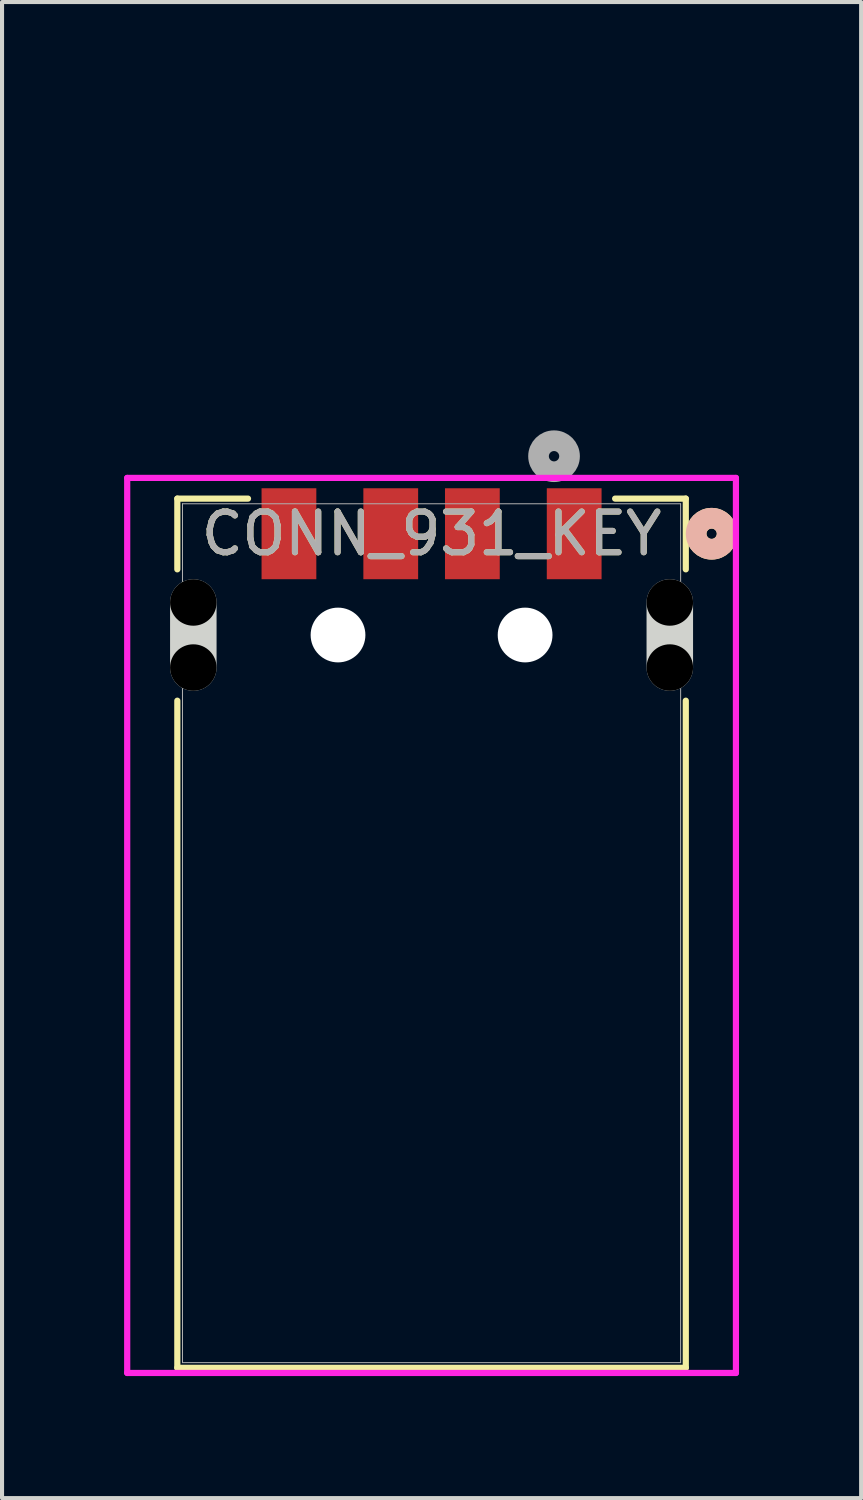
<source format=kicad_pcb>
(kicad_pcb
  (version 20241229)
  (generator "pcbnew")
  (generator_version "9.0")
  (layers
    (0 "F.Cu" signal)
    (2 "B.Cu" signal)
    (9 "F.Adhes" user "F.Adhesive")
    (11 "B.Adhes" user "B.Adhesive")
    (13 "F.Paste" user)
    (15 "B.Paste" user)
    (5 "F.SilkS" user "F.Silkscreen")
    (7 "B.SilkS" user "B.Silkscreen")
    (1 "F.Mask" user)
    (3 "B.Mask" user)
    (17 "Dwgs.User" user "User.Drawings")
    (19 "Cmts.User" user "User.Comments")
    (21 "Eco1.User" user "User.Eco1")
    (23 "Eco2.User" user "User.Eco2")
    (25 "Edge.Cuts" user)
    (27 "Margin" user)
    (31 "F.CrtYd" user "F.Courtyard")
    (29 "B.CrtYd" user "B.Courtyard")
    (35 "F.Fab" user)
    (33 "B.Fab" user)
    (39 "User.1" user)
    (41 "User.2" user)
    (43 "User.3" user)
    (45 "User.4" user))
  (footprint "CONN_931_KEY"
    (layer "F.Cu")
    (at 7.556 0.25)
    (property "Reference" "CONN_931_KEY" (at 0 9.817 0) (unlocked yes) (layer "F.SilkS") (effects (font (size 1 1) (thickness 0.15))))
    (attr smd)
    (fp_line (start -6.248 8.954) (end -6.248 10.692) (stroke (width 0.152) (type solid)) (layer "F.SilkS"))
    (fp_line (start -6.248 13.92) (end -6.248 30.315) (stroke (width 0.152) (type solid)) (layer "F.SilkS"))
    (fp_line (start -6.248 30.315) (end 6.248 30.315) (stroke (width 0.152) (type solid)) (layer "F.SilkS"))
    (fp_line (start -4.511 8.954) (end -6.248 8.954) (stroke (width 0.152) (type solid)) (layer "F.SilkS"))
    (fp_line (start 6.248 8.954) (end 4.511 8.954) (stroke (width 0.152) (type solid)) (layer "F.SilkS"))
    (fp_line (start 6.248 10.692) (end 6.248 8.954) (stroke (width 0.152) (type solid)) (layer "F.SilkS"))
    (fp_line (start 6.248 30.315) (end 6.248 13.92) (stroke (width 0.152) (type solid)) (layer "F.SilkS"))
    (fp_circle (center 6.883 9.817) (end 7.264 9.817) (stroke (width 0.508) (type solid)) (fill no) (layer "F.SilkS"))
    (fp_circle (center 6.883 9.817) (end 7.264 9.817) (stroke (width 0.508) (type solid)) (fill no) (layer "B.SilkS"))
    (fp_line (start -5.855 13.106) (end -5.855 11.506) (stroke (width 1.143) (type solid)) (layer "Edge.Cuts"))
    (fp_line (start 5.855 13.106) (end 5.855 11.506) (stroke (width 1.143) (type solid)) (layer "Edge.Cuts"))
    (fp_line (start -7.48 8.445) (end -7.48 30.442) (stroke (width 0.152) (type solid)) (layer "F.CrtYd"))
    (fp_line (start -7.48 30.442) (end 7.48 30.442) (stroke (width 0.152) (type solid)) (layer "F.CrtYd"))
    (fp_line (start 7.48 8.445) (end -7.48 8.445) (stroke (width 0.152) (type solid)) (layer "F.CrtYd"))
    (fp_line (start 7.48 30.442) (end 7.48 8.445) (stroke (width 0.152) (type solid)) (layer "F.CrtYd"))
    (fp_line (start -6.121 9.081) (end -6.121 30.188) (stroke (width 0.025) (type solid)) (layer "F.Fab"))
    (fp_line (start -6.121 30.188) (end 6.121 30.188) (stroke (width 0.025) (type solid)) (layer "F.Fab"))
    (fp_line (start 6.121 9.081) (end -6.121 9.081) (stroke (width 0.025) (type solid)) (layer "F.Fab"))
    (fp_line (start 6.121 30.188) (end 6.121 9.081) (stroke (width 0.025) (type solid)) (layer "F.Fab"))
    (fp_circle (center 3.01 7.912) (end 3.391 7.912) (stroke (width 0.508) (type solid)) (fill no) (layer "F.Fab"))
    (fp_text user "${REFERENCE}" (at 0 9.817 0) (unlocked yes) (layer "F.Fab") (effects (font (size 1 1) (thickness 0.15))))
    (pad "" np_thru_hole circle (at -5.855 11.506) (size 1.143 1.143) (drill 1.143) (layers))
    (pad "" np_thru_hole circle (at -5.855 13.106) (size 1.143 1.143) (drill 1.143) (layers))
    (pad "" np_thru_hole circle (at -2.299 12.306 90) (size 1.346 1.346) (drill 1.346) (layers "*.Cu" "*.Mask"))
    (pad "" np_thru_hole circle (at 2.299 12.306 90) (size 1.346 1.346) (drill 1.346) (layers "*.Cu" "*.Mask"))
    (pad "" np_thru_hole circle (at 5.855 11.506) (size 1.143 1.143) (drill 1.143) (layers))
    (pad "" np_thru_hole circle (at 5.855 13.106) (size 1.143 1.143) (drill 1.143) (layers))
    (pad "1" smd rect (at 3.505 9.817) (size 1.346 2.235) (layers "F.Cu" "F.Mask" "F.Paste"))
    (pad "2" smd rect (at 1.003 9.817) (size 1.346 2.235) (layers "F.Cu" "F.Mask" "F.Paste"))
    (pad "3" smd rect (at -1.003 9.817) (size 1.346 2.235) (layers "F.Cu" "F.Mask" "F.Paste"))
    (pad "4" smd rect (at -3.505 9.817) (size 1.346 2.235) (layers "F.Cu" "F.Mask" "F.Paste")))
  (gr_rect
    (start -3 -3)
    (end 18.113 33.768)
    (stroke (width 0.1) (type default))
    (fill no)
    (layer "Edge.Cuts")))
</source>
